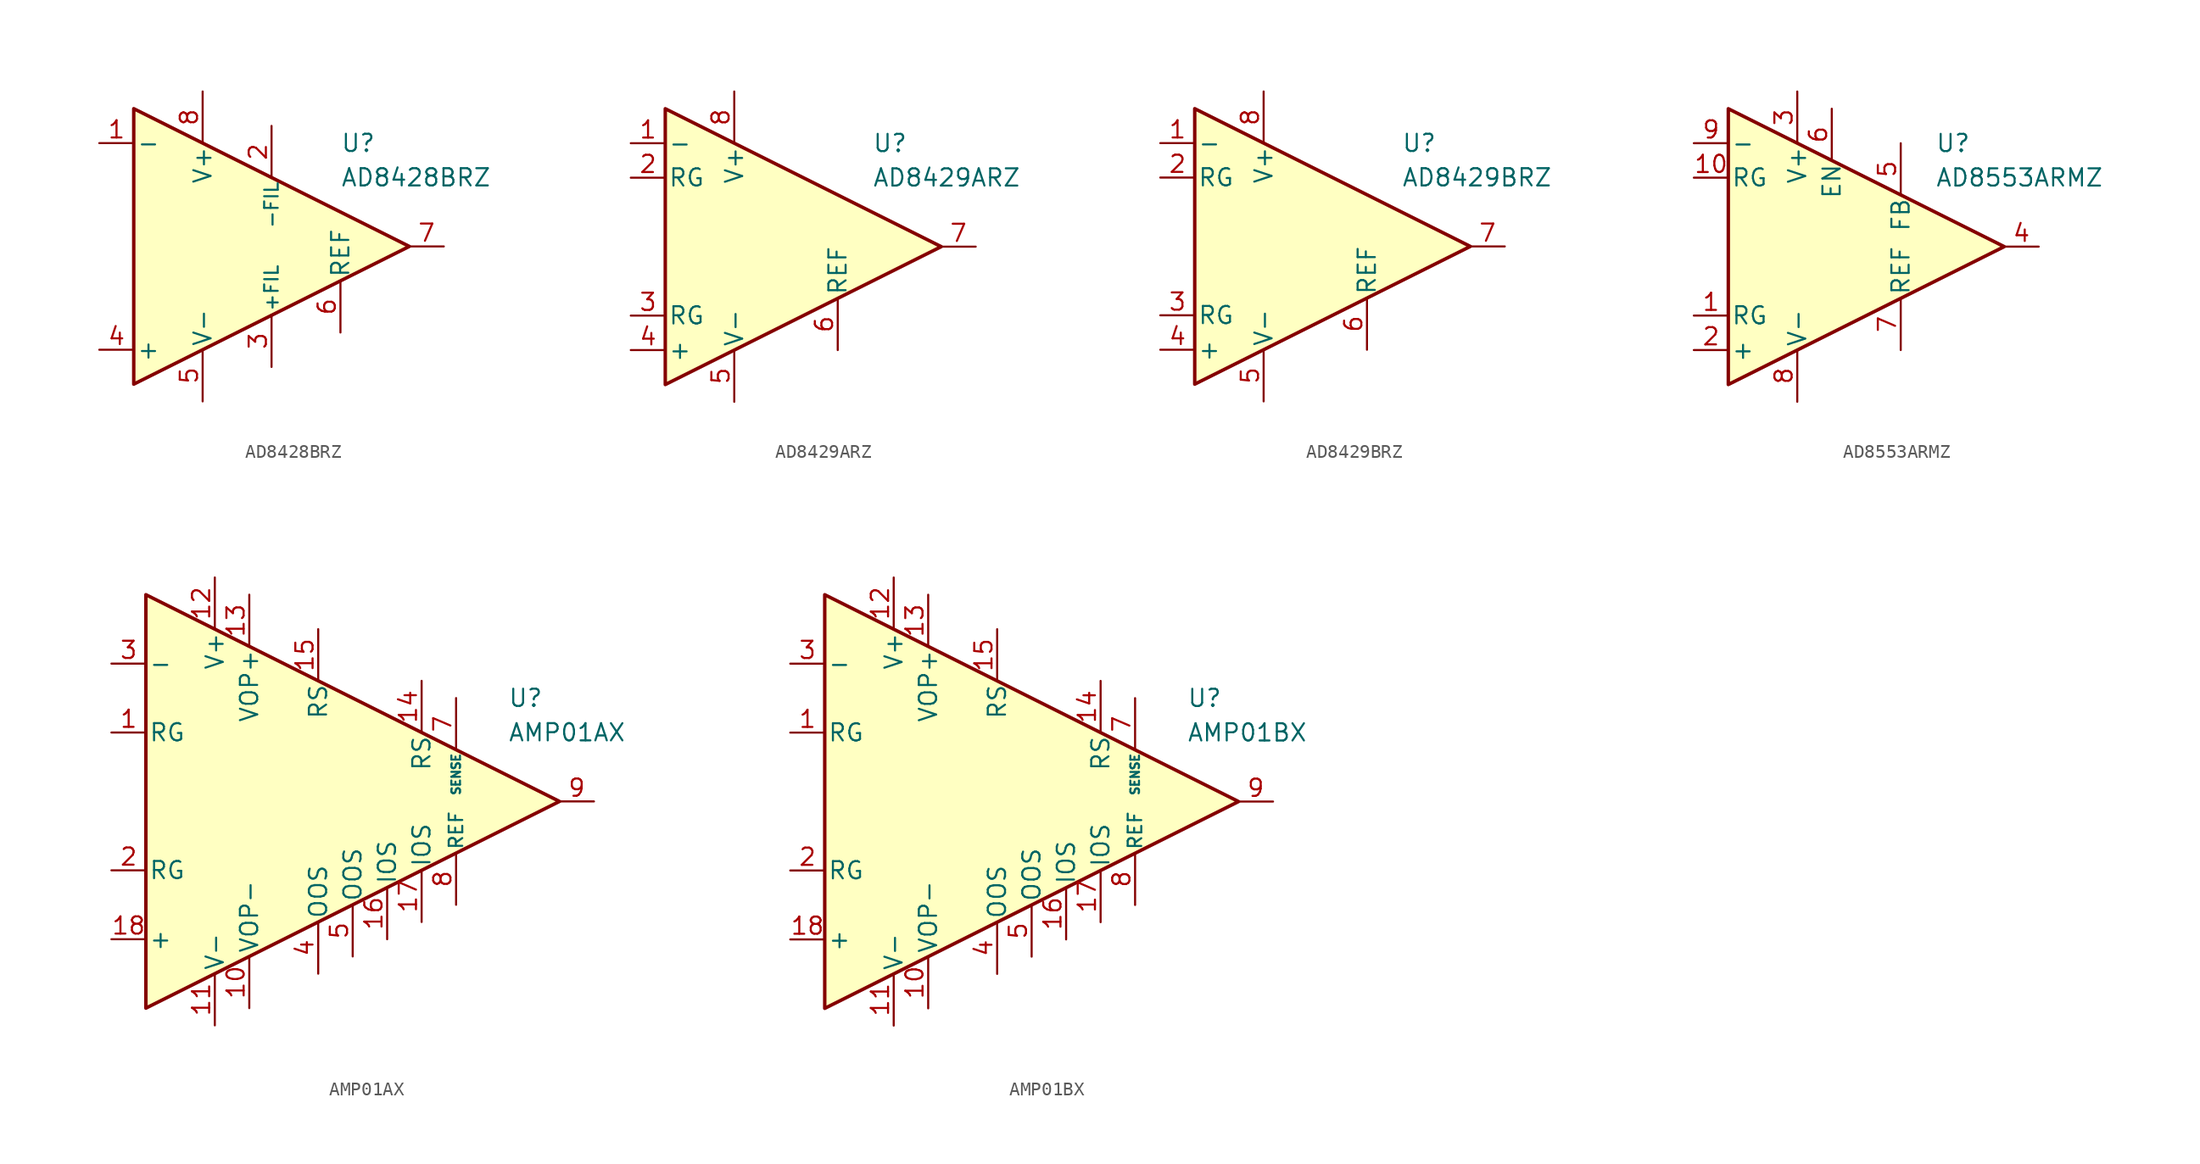
<source format=kicad_sym>
(kicad_symbol_lib
  (version 20231120)
  (generator "kicad_symbol_editor")
  (generator_version "8.0")
  (symbol "AD8428BRZ"
    (pin_names
      (offset 0.2))
    (property "Reference" "U"
      (at 6.35 7.62 0)
      (effects (font (size 1.27 1.27)) (justify left)))
    (property "Value" "AD8428BRZ"
      (at 6.35 5.08 0)
      (effects (font (size 1.27 1.27)) (justify left)))
    (symbol "AD8428BRZ_0_1"
      (polyline (pts (xy -8.89 10.16) (xy -8.89 -10.16) (xy 11.43 0) (xy -8.89 10.16)) (stroke (width 0.254) (type default)) (fill (type background))))
    (symbol "AD8428BRZ_1_1"
      (pin input line (at -11.43 7.62 0) (length 2.54) (name "-" (effects (font (size 1.27 1.27)))) (number "1" (effects (font (size 1.27 1.27)))))
      (pin passive line (at 1.27 8.89 270) (length 3.84) (name "-FIL" (effects (font (size 1 1)))) (number "2" (effects (font (size 1.27 1.27)))))
      (pin passive line (at 1.27 -8.89 90) (length 3.84) (name "+FIL" (effects (font (size 1 1)))) (number "3" (effects (font (size 1.27 1.27)))))
      (pin input line (at -11.43 -7.62 0) (length 2.54) (name "+" (effects (font (size 1.27 1.27)))) (number "4" (effects (font (size 1.27 1.27)))))
      (pin power_in line (at -3.81 -11.43 90) (length 3.81) (name "V-" (effects (font (size 1.27 1.27)))) (number "5" (effects (font (size 1.27 1.27)))))
      (pin input line (at 6.35 -6.35 90) (length 3.81) (name "REF" (effects (font (size 1.27 1.27)))) (number "6" (effects (font (size 1.27 1.27)))))
      (pin output line (at 13.97 0 180) (length 2.54) (name "~" (effects (font (size 1.27 1.27)))) (number "7" (effects (font (size 1.27 1.27)))))
      (pin power_in line (at -3.81 11.43 270) (length 3.81) (name "V+" (effects (font (size 1.27 1.27)))) (number "8" (effects (font (size 1.27 1.27)))))))
  (symbol "AD8429ARZ"
    (pin_names
      (offset 0.2))
    (property "Reference" "U"
      (at 6.35 7.62 0)
      (effects (font (size 1.27 1.27)) (justify left)))
    (property "Value" "AD8429ARZ"
      (at 6.35 5.08 0)
      (effects (font (size 1.27 1.27)) (justify left)))
    (symbol "AD8429ARZ_0_1"
      (polyline (pts (xy -8.89 10.16) (xy -8.89 -10.16) (xy 11.43 0) (xy -8.89 10.16)) (stroke (width 0.254) (type default)) (fill (type background))))
    (symbol "AD8429ARZ_1_1"
      (pin input line (at -11.43 7.62 0) (length 2.54) (name "-" (effects (font (size 1.27 1.27)))) (number "1" (effects (font (size 1.27 1.27)))))
      (pin passive line (at -11.43 5.08 0) (length 2.54) (name "RG" (effects (font (size 1.27 1.27)))) (number "2" (effects (font (size 1.27 1.27)))))
      (pin passive line (at -11.43 -5.08 0) (length 2.54) (name "RG" (effects (font (size 1.27 1.27)))) (number "3" (effects (font (size 1.27 1.27)))))
      (pin input line (at -11.43 -7.62 0) (length 2.54) (name "+" (effects (font (size 1.27 1.27)))) (number "4" (effects (font (size 1.27 1.27)))))
      (pin power_in line (at -3.81 -11.43 90) (length 3.81) (name "V-" (effects (font (size 1.27 1.27)))) (number "5" (effects (font (size 1.27 1.27)))))
      (pin input line (at 3.81 -7.62 90) (length 3.81) (name "REF" (effects (font (size 1.27 1.27)))) (number "6" (effects (font (size 1.27 1.27)))))
      (pin output line (at 13.97 0 180) (length 2.54) (name "~" (effects (font (size 1.27 1.27)))) (number "7" (effects (font (size 1.27 1.27)))))
      (pin power_in line (at -3.81 11.43 270) (length 3.81) (name "V+" (effects (font (size 1.27 1.27)))) (number "8" (effects (font (size 1.27 1.27)))))))
  (symbol "AD8429BRZ"
    (pin_names
      (offset 0.2))
    (property "Reference" "U"
      (at 6.35 7.62 0)
      (effects (font (size 1.27 1.27)) (justify left)))
    (property "Value" "AD8429BRZ"
      (at 6.35 5.08 0)
      (effects (font (size 1.27 1.27)) (justify left)))
    (symbol "AD8429BRZ_0_1"
      (polyline (pts (xy -8.89 10.16) (xy -8.89 -10.16) (xy 11.43 0) (xy -8.89 10.16)) (stroke (width 0.254) (type default)) (fill (type background))))
    (symbol "AD8429BRZ_1_1"
      (pin input line (at -11.43 7.62 0) (length 2.54) (name "-" (effects (font (size 1.27 1.27)))) (number "1" (effects (font (size 1.27 1.27)))))
      (pin passive line (at -11.43 5.08 0) (length 2.54) (name "RG" (effects (font (size 1.27 1.27)))) (number "2" (effects (font (size 1.27 1.27)))))
      (pin passive line (at -11.43 -5.08 0) (length 2.54) (name "RG" (effects (font (size 1.27 1.27)))) (number "3" (effects (font (size 1.27 1.27)))))
      (pin input line (at -11.43 -7.62 0) (length 2.54) (name "+" (effects (font (size 1.27 1.27)))) (number "4" (effects (font (size 1.27 1.27)))))
      (pin power_in line (at -3.81 -11.43 90) (length 3.81) (name "V-" (effects (font (size 1.27 1.27)))) (number "5" (effects (font (size 1.27 1.27)))))
      (pin input line (at 3.81 -7.62 90) (length 3.81) (name "REF" (effects (font (size 1.27 1.27)))) (number "6" (effects (font (size 1.27 1.27)))))
      (pin output line (at 13.97 0 180) (length 2.54) (name "~" (effects (font (size 1.27 1.27)))) (number "7" (effects (font (size 1.27 1.27)))))
      (pin power_in line (at -3.81 11.43 270) (length 3.81) (name "V+" (effects (font (size 1.27 1.27)))) (number "8" (effects (font (size 1.27 1.27)))))))
  (symbol "AD8553ARMZ"
    (pin_names
      (offset 0.2))
    (property "Reference" "U"
      (at 6.35 7.62 0)
      (effects (font (size 1.27 1.27)) (justify left)))
    (property "Value" "AD8553ARMZ"
      (at 6.35 5.08 0)
      (effects (font (size 1.27 1.27)) (justify left)))
    (symbol "AD8553ARMZ_0_1"
      (polyline (pts (xy -8.89 10.16) (xy -8.89 -10.16) (xy 11.43 0) (xy -8.89 10.16)) (stroke (width 0.254) (type default)) (fill (type background))))
    (symbol "AD8553ARMZ_1_1"
      (pin passive line (at -11.43 -5.08 0) (length 2.54) (name "RG" (effects (font (size 1.27 1.27)))) (number "1" (effects (font (size 1.27 1.27)))))
      (pin passive line (at -11.43 5.08 0) (length 2.54) (name "RG" (effects (font (size 1.27 1.27)))) (number "10" (effects (font (size 1.27 1.27)))))
      (pin input line (at -11.43 -7.62 0) (length 2.54) (name "+" (effects (font (size 1.27 1.27)))) (number "2" (effects (font (size 1.27 1.27)))))
      (pin power_in line (at -3.81 11.43 270) (length 3.81) (name "V+" (effects (font (size 1.27 1.27)))) (number "3" (effects (font (size 1.27 1.27)))))
      (pin output line (at 13.97 0 180) (length 2.54) (name "~" (effects (font (size 1.27 1.27)))) (number "4" (effects (font (size 1.27 1.27)))))
      (pin input line (at 3.81 7.62 270) (length 3.81) (name "FB" (effects (font (size 1.27 1.27)))) (number "5" (effects (font (size 1.27 1.27)))))
      (pin input line (at -1.27 10.16 270) (length 3.81) (name "EN" (effects (font (size 1.27 1.27)))) (number "6" (effects (font (size 1.27 1.27)))))
      (pin input line (at 3.81 -7.62 90) (length 3.81) (name "REF" (effects (font (size 1.27 1.27)))) (number "7" (effects (font (size 1.27 1.27)))))
      (pin power_in line (at -3.81 -11.43 90) (length 3.81) (name "V-" (effects (font (size 1.27 1.27)))) (number "8" (effects (font (size 1.27 1.27)))))
      (pin input line (at -11.43 7.62 0) (length 2.54) (name "-" (effects (font (size 1.27 1.27)))) (number "9" (effects (font (size 1.27 1.27)))))))
  (symbol "AMP01AX"
    (pin_names
      (offset 0.2))
    (property "Reference" "U"
      (at 17.78 7.62 0)
      (effects (font (size 1.27 1.27)) (justify left)))
    (property "Value" "AMP01AX"
      (at 17.78 5.08 0)
      (effects (font (size 1.27 1.27)) (justify left)))
    (symbol "AMP01AX_0_1"
      (polyline (pts (xy -8.89 15.24) (xy -8.89 -15.24) (xy 21.59 0) (xy -8.89 15.24)) (stroke (width 0.254) (type default)) (fill (type background))))
    (symbol "AMP01AX_1_1"
      (pin passive line (at -11.43 5.08 0) (length 2.54) (name "RG" (effects (font (size 1.27 1.27)))) (number "1" (effects (font (size 1.27 1.27)))))
      (pin power_in line (at -1.27 -15.24 90) (length 3.81) (name "VOP-" (effects (font (size 1.27 1.27)))) (number "10" (effects (font (size 1.27 1.27)))))
      (pin power_in line (at -3.81 -16.51 90) (length 3.81) (name "V-" (effects (font (size 1.27 1.27)))) (number "11" (effects (font (size 1.27 1.27)))))
      (pin power_in line (at -3.81 16.51 270) (length 3.81) (name "V+" (effects (font (size 1.27 1.27)))) (number "12" (effects (font (size 1.27 1.27)))))
      (pin power_in line (at -1.27 15.24 270) (length 3.81) (name "VOP+" (effects (font (size 1.27 1.27)))) (number "13" (effects (font (size 1.27 1.27)))))
      (pin passive line (at 11.43 8.89 270) (length 3.81) (name "RS" (effects (font (size 1.27 1.27)))) (number "14" (effects (font (size 1.27 1.27)))))
      (pin passive line (at 3.81 12.7 270) (length 3.81) (name "RS" (effects (font (size 1.27 1.27)))) (number "15" (effects (font (size 1.27 1.27)))))
      (pin passive line (at 8.89 -10.16 90) (length 3.81) (name "IOS" (effects (font (size 1.27 1.27)))) (number "16" (effects (font (size 1.27 1.27)))))
      (pin passive line (at 11.43 -8.89 90) (length 3.81) (name "IOS" (effects (font (size 1.27 1.27)))) (number "17" (effects (font (size 1.27 1.27)))))
      (pin input line (at -11.43 -10.16 0) (length 2.54) (name "+" (effects (font (size 1.27 1.27)))) (number "18" (effects (font (size 1.27 1.27)))))
      (pin passive line (at -11.43 -5.08 0) (length 2.54) (name "RG" (effects (font (size 1.27 1.27)))) (number "2" (effects (font (size 1.27 1.27)))))
      (pin input line (at -11.43 10.16 0) (length 2.54) (name "-" (effects (font (size 1.27 1.27)))) (number "3" (effects (font (size 1.27 1.27)))))
      (pin passive line (at 3.81 -12.7 90) (length 3.81) (name "OOS" (effects (font (size 1.27 1.27)))) (number "4" (effects (font (size 1.27 1.27)))))
      (pin passive line (at 6.35 -11.43 90) (length 3.81) (name "OOS" (effects (font (size 1.27 1.27)))) (number "5" (effects (font (size 1.27 1.27)))))
      (pin no_connect line (at -1.27 0 0) (length 2.54) hide (name "NC" (effects (font (size 1.27 1.27)))) (number "6" (effects (font (size 1.27 1.27)))))
      (pin input line (at 13.97 7.62 270) (length 3.81) (name "SENSE" (effects (font (size 0.635 0.635)))) (number "7" (effects (font (size 1.27 1.27)))))
      (pin input line (at 13.97 -7.62 90) (length 3.81) (name "REF" (effects (font (size 1 1)))) (number "8" (effects (font (size 1.27 1.27)))))
      (pin output line (at 24.13 0 180) (length 2.54) (name "~" (effects (font (size 1.27 1.27)))) (number "9" (effects (font (size 1.27 1.27)))))))
  (symbol "AMP01BX"
    (pin_names
      (offset 0.2))
    (property "Reference" "U"
      (at 17.78 7.62 0)
      (effects (font (size 1.27 1.27)) (justify left)))
    (property "Value" "AMP01BX"
      (at 17.78 5.08 0)
      (effects (font (size 1.27 1.27)) (justify left)))
    (symbol "AMP01BX_0_1"
      (polyline (pts (xy -8.89 15.24) (xy -8.89 -15.24) (xy 21.59 0) (xy -8.89 15.24)) (stroke (width 0.254) (type default)) (fill (type background))))
    (symbol "AMP01BX_1_1"
      (pin passive line (at -11.43 5.08 0) (length 2.54) (name "RG" (effects (font (size 1.27 1.27)))) (number "1" (effects (font (size 1.27 1.27)))))
      (pin power_in line (at -1.27 -15.24 90) (length 3.81) (name "VOP-" (effects (font (size 1.27 1.27)))) (number "10" (effects (font (size 1.27 1.27)))))
      (pin power_in line (at -3.81 -16.51 90) (length 3.81) (name "V-" (effects (font (size 1.27 1.27)))) (number "11" (effects (font (size 1.27 1.27)))))
      (pin power_in line (at -3.81 16.51 270) (length 3.81) (name "V+" (effects (font (size 1.27 1.27)))) (number "12" (effects (font (size 1.27 1.27)))))
      (pin power_in line (at -1.27 15.24 270) (length 3.81) (name "VOP+" (effects (font (size 1.27 1.27)))) (number "13" (effects (font (size 1.27 1.27)))))
      (pin passive line (at 11.43 8.89 270) (length 3.81) (name "RS" (effects (font (size 1.27 1.27)))) (number "14" (effects (font (size 1.27 1.27)))))
      (pin passive line (at 3.81 12.7 270) (length 3.81) (name "RS" (effects (font (size 1.27 1.27)))) (number "15" (effects (font (size 1.27 1.27)))))
      (pin passive line (at 8.89 -10.16 90) (length 3.81) (name "IOS" (effects (font (size 1.27 1.27)))) (number "16" (effects (font (size 1.27 1.27)))))
      (pin passive line (at 11.43 -8.89 90) (length 3.81) (name "IOS" (effects (font (size 1.27 1.27)))) (number "17" (effects (font (size 1.27 1.27)))))
      (pin input line (at -11.43 -10.16 0) (length 2.54) (name "+" (effects (font (size 1.27 1.27)))) (number "18" (effects (font (size 1.27 1.27)))))
      (pin passive line (at -11.43 -5.08 0) (length 2.54) (name "RG" (effects (font (size 1.27 1.27)))) (number "2" (effects (font (size 1.27 1.27)))))
      (pin input line (at -11.43 10.16 0) (length 2.54) (name "-" (effects (font (size 1.27 1.27)))) (number "3" (effects (font (size 1.27 1.27)))))
      (pin passive line (at 3.81 -12.7 90) (length 3.81) (name "OOS" (effects (font (size 1.27 1.27)))) (number "4" (effects (font (size 1.27 1.27)))))
      (pin passive line (at 6.35 -11.43 90) (length 3.81) (name "OOS" (effects (font (size 1.27 1.27)))) (number "5" (effects (font (size 1.27 1.27)))))
      (pin no_connect line (at 0 0 0) (length 2.54) hide (name "NC" (effects (font (size 1.27 1.27)))) (number "6" (effects (font (size 1.27 1.27)))))
      (pin input line (at 13.97 7.62 270) (length 3.81) (name "SENSE" (effects (font (size 0.635 0.635)))) (number "7" (effects (font (size 1.27 1.27)))))
      (pin input line (at 13.97 -7.62 90) (length 3.81) (name "REF" (effects (font (size 1 1)))) (number "8" (effects (font (size 1.27 1.27)))))
      (pin output line (at 24.13 0 180) (length 2.54) (name "~" (effects (font (size 1.27 1.27)))) (number "9" (effects (font (size 1.27 1.27))))))))
</source>
